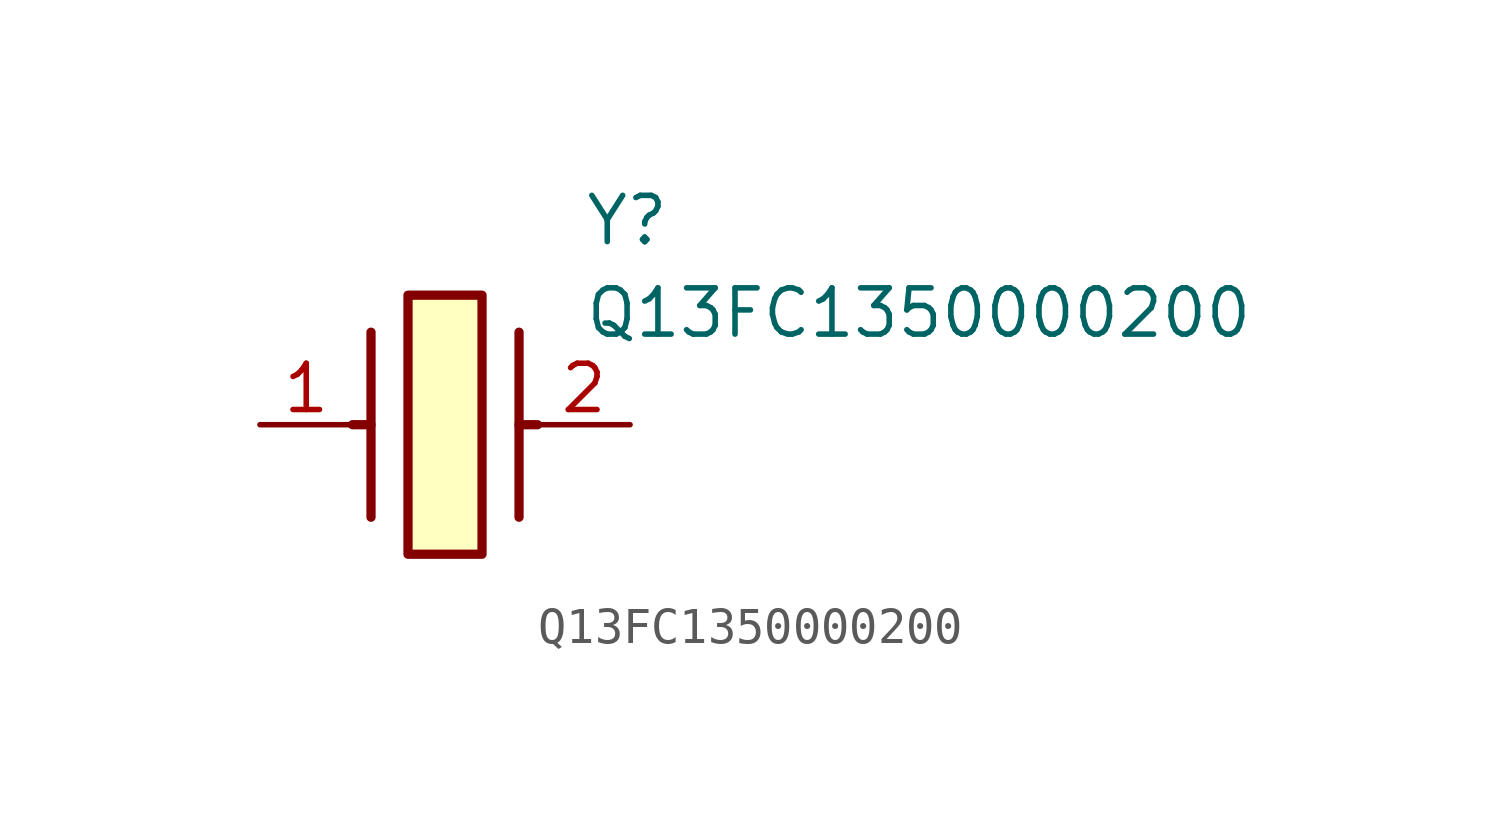
<source format=kicad_sym>
(kicad_symbol_lib
  (version 20211014)
  (generator SamacSys_ECAD_Model)
  (symbol "Q13FC1350000200"
    (pin_names hide)
    (property "Reference" "Y"
      (at 8.89 6.35 0)
      (effects (font (size 1.27 1.27)) (justify left top)))
    (property "Value" "Q13FC1350000200"
      (at 8.89 3.81 0)
      (effects (font (size 1.27 1.27)) (justify left top)))
    (rectangle
      (start 4.064 3.556)
      (end 6.096 -3.556)
      (stroke (width 0.254) (type default))
      (fill (type background)))
    (polyline
      (pts (xy 3.048 2.54) (xy 3.048 -2.54))
      (stroke (width 0.254) (type default))
      (fill (type none)))
    (polyline
      (pts (xy 7.112 2.54) (xy 7.112 -2.54))
      (stroke (width 0.254) (type default))
      (fill (type none)))
    (polyline
      (pts (xy 7.112 0) (xy 7.62 0))
      (stroke (width 0.254) (type default))
      (fill (type none)))
    (polyline
      (pts (xy 3.048 0) (xy 2.54 0))
      (stroke (width 0.254) (type default))
      (fill (type none)))
    (pin passive line
      (at 0 0 0)
      (length 2.54)
      (name "1" (effects (font (size 1.27 1.27))))
      (number "1" (effects (font (size 1.27 1.27)))))
    (pin passive line
      (at 10.16 0 180)
      (length 2.54)
      (name "2" (effects (font (size 1.27 1.27))))
      (number "2" (effects (font (size 1.27 1.27)))))))
</source>
